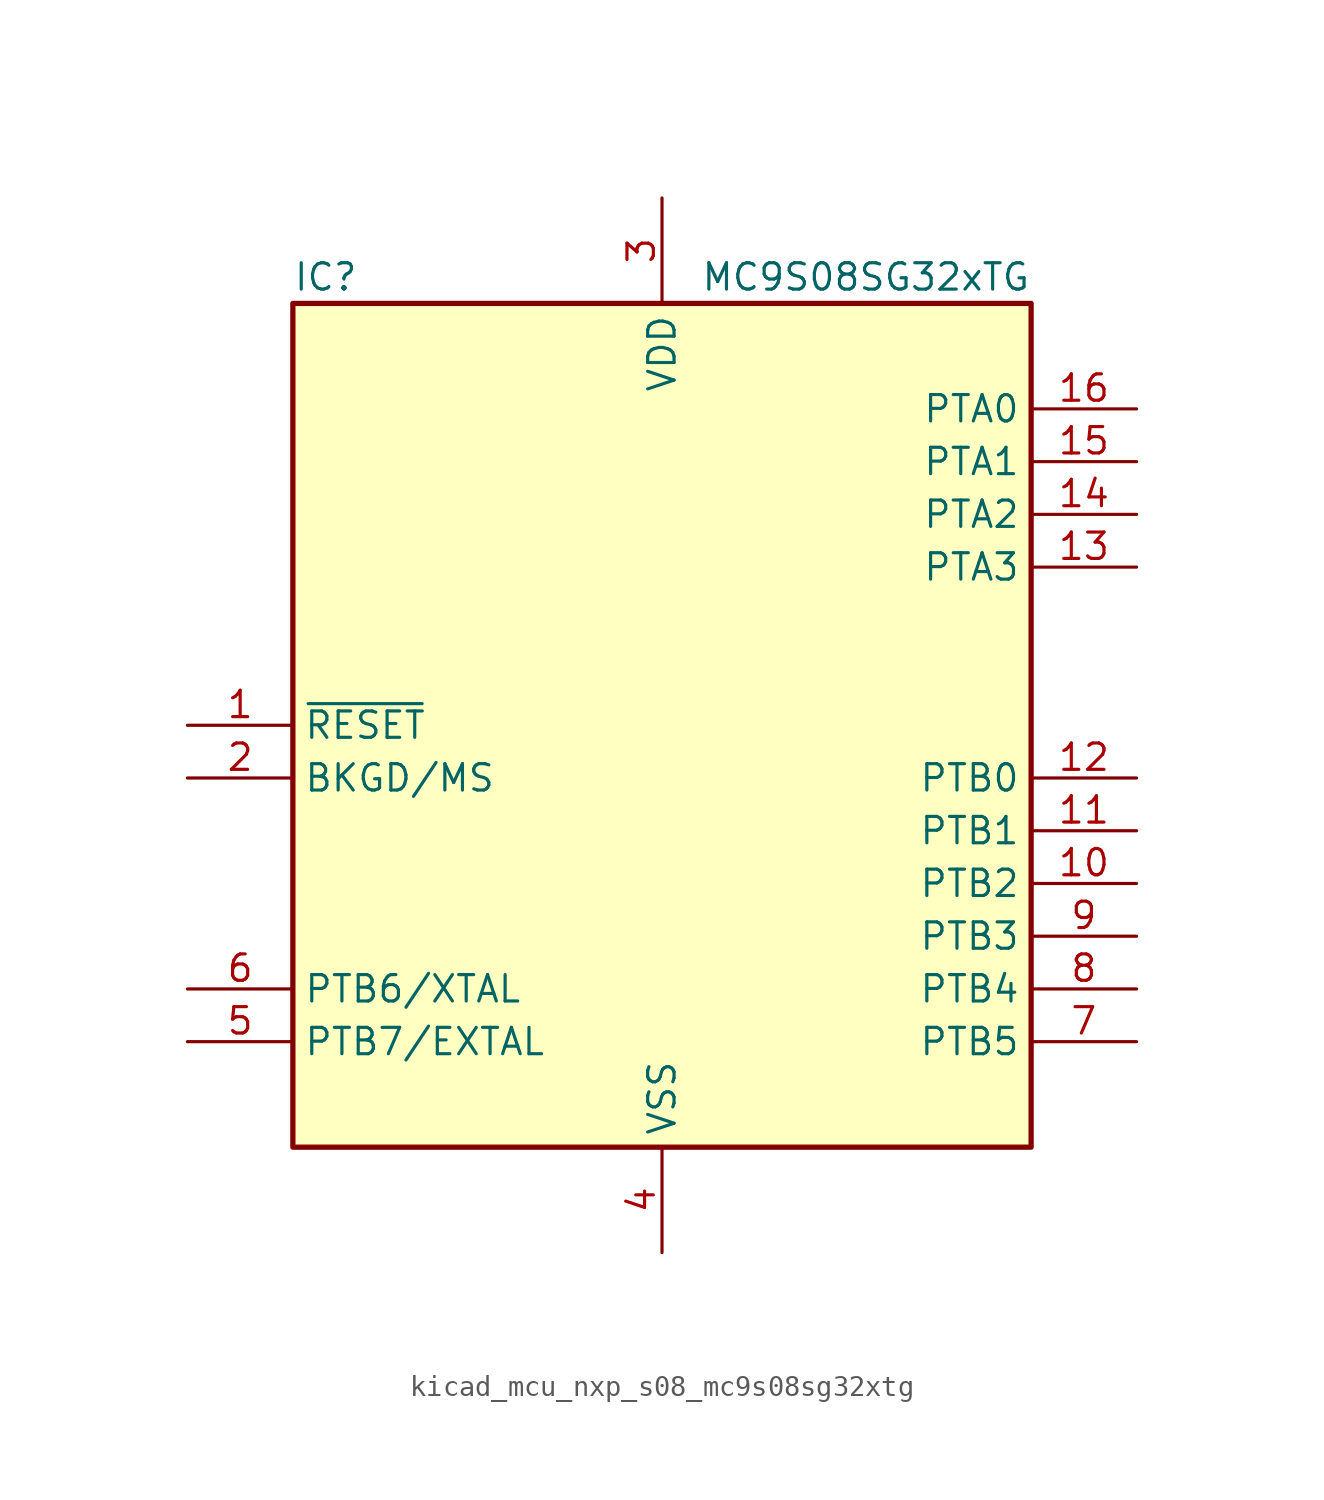
<source format=kicad_sym>
(kicad_symbol_lib
  (version 20220914)
  (generator kicad_symbol_editor)
  (symbol "kicad_mcu_nxp_s08_mc9s08sg32xtg"
    (property "Reference" "IC"
      (at -17.78 21.59 0)
      (effects (font (size 1.27 1.27)) (justify left)))
    (property "Value" "MC9S08SG32xTG"
      (at 17.78 21.59 0)
      (effects (font (size 1.27 1.27)) (justify right)))
    (symbol "kicad_mcu_nxp_s08_mc9s08sg32xtg_0_1"
      (rectangle (start -17.78 20.32) (end 17.78 -20.32) (stroke (width 0.254) (type default)) (fill (type background))))
    (symbol "kicad_mcu_nxp_s08_mc9s08sg32xtg_1_1"
      (pin input line (at -22.86 0 0) (length 5.08) (name "~{RESET}" (effects (font (size 1.27 1.27)))) (number "1" (effects (font (size 1.27 1.27)))))
      (pin bidirectional line (at 22.86 -7.62 180) (length 5.08) (name "PTB2" (effects (font (size 1.27 1.27)))) (number "10" (effects (font (size 1.27 1.27)))))
      (pin bidirectional line (at 22.86 -5.08 180) (length 5.08) (name "PTB1" (effects (font (size 1.27 1.27)))) (number "11" (effects (font (size 1.27 1.27)))))
      (pin bidirectional line (at 22.86 -2.54 180) (length 5.08) (name "PTB0" (effects (font (size 1.27 1.27)))) (number "12" (effects (font (size 1.27 1.27)))))
      (pin bidirectional line (at 22.86 7.62 180) (length 5.08) (name "PTA3" (effects (font (size 1.27 1.27)))) (number "13" (effects (font (size 1.27 1.27)))))
      (pin bidirectional line (at 22.86 10.16 180) (length 5.08) (name "PTA2" (effects (font (size 1.27 1.27)))) (number "14" (effects (font (size 1.27 1.27)))))
      (pin bidirectional line (at 22.86 12.7 180) (length 5.08) (name "PTA1" (effects (font (size 1.27 1.27)))) (number "15" (effects (font (size 1.27 1.27)))))
      (pin bidirectional line (at 22.86 15.24 180) (length 5.08) (name "PTA0" (effects (font (size 1.27 1.27)))) (number "16" (effects (font (size 1.27 1.27)))))
      (pin bidirectional line (at -22.86 -2.54 0) (length 5.08) (name "BKGD/MS" (effects (font (size 1.27 1.27)))) (number "2" (effects (font (size 1.27 1.27)))))
      (pin power_in line (at 0 25.4 270) (length 5.08) (name "VDD" (effects (font (size 1.27 1.27)))) (number "3" (effects (font (size 1.27 1.27)))))
      (pin power_in line (at 0 -25.4 90) (length 5.08) (name "VSS" (effects (font (size 1.27 1.27)))) (number "4" (effects (font (size 1.27 1.27)))))
      (pin bidirectional line (at -22.86 -15.24 0) (length 5.08) (name "PTB7/EXTAL" (effects (font (size 1.27 1.27)))) (number "5" (effects (font (size 1.27 1.27)))))
      (pin bidirectional line (at -22.86 -12.7 0) (length 5.08) (name "PTB6/XTAL" (effects (font (size 1.27 1.27)))) (number "6" (effects (font (size 1.27 1.27)))))
      (pin bidirectional line (at 22.86 -15.24 180) (length 5.08) (name "PTB5" (effects (font (size 1.27 1.27)))) (number "7" (effects (font (size 1.27 1.27)))))
      (pin bidirectional line (at 22.86 -12.7 180) (length 5.08) (name "PTB4" (effects (font (size 1.27 1.27)))) (number "8" (effects (font (size 1.27 1.27)))))
      (pin bidirectional line (at 22.86 -10.16 180) (length 5.08) (name "PTB3" (effects (font (size 1.27 1.27)))) (number "9" (effects (font (size 1.27 1.27))))))))
</source>
